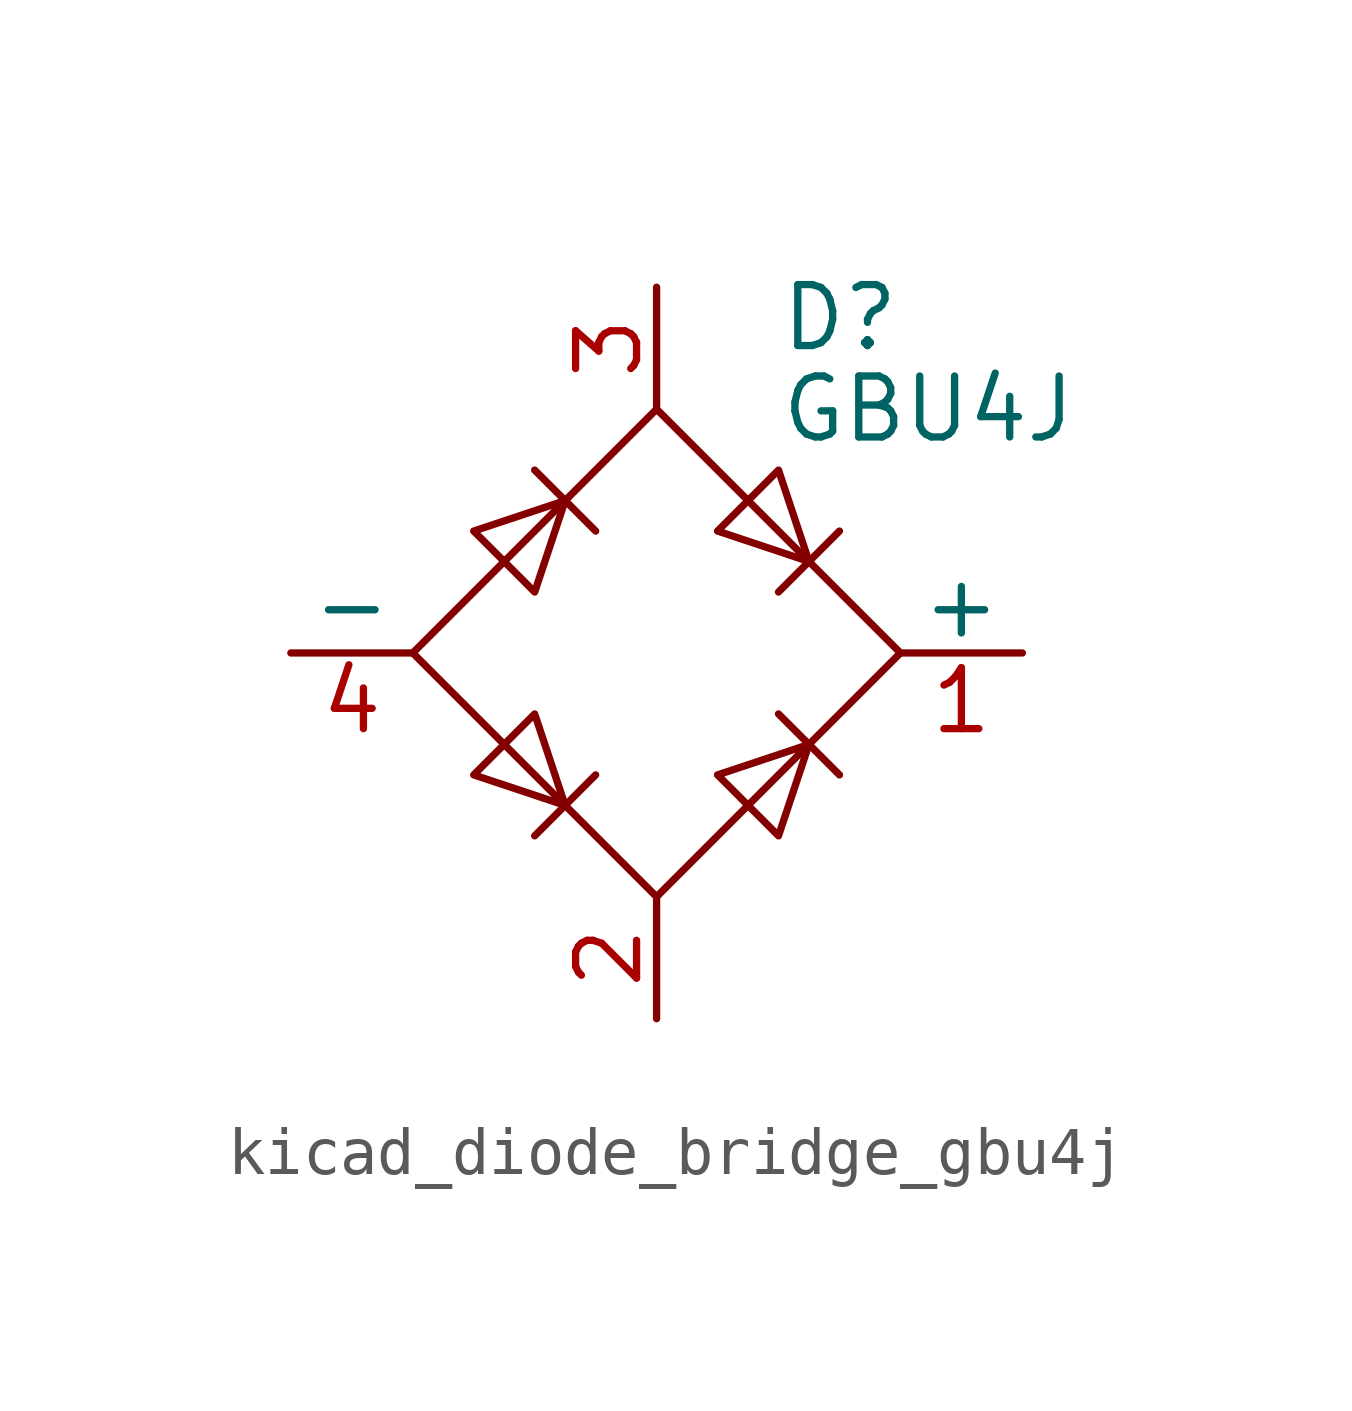
<source format=kicad_sym>
(kicad_symbol_lib
  (version 20220914)
  (generator kicad_symbol_editor)
  (symbol "kicad_diode_bridge_gbu4j"
    (pin_names
      (offset 0))
    (property "Reference" "D"
      (at 2.54 6.985 0)
      (effects (font (size 1.27 1.27)) (justify left)))
    (property "Value" "GBU4J"
      (at 2.54 5.08 0)
      (effects (font (size 1.27 1.27)) (justify left)))
    (symbol "kicad_diode_bridge_gbu4j_0_1"
      (polyline (pts (xy -2.54 3.81) (xy -1.27 2.54)) (stroke (width 0) (type default)) (fill (type none)))
      (polyline (pts (xy -1.27 -2.54) (xy -2.54 -3.81)) (stroke (width 0) (type default)) (fill (type none)))
      (polyline (pts (xy 2.54 -1.27) (xy 3.81 -2.54)) (stroke (width 0) (type default)) (fill (type none)))
      (polyline (pts (xy 2.54 1.27) (xy 3.81 2.54)) (stroke (width 0) (type default)) (fill (type none)))
      (polyline (pts (xy -3.81 2.54) (xy -2.54 1.27) (xy -1.905 3.175) (xy -3.81 2.54)) (stroke (width 0) (type default)) (fill (type none)))
      (polyline (pts (xy -2.54 -1.27) (xy -3.81 -2.54) (xy -1.905 -3.175) (xy -2.54 -1.27)) (stroke (width 0) (type default)) (fill (type none)))
      (polyline (pts (xy 1.27 2.54) (xy 2.54 3.81) (xy 3.175 1.905) (xy 1.27 2.54)) (stroke (width 0) (type default)) (fill (type none)))
      (polyline (pts (xy 3.175 -1.905) (xy 1.27 -2.54) (xy 2.54 -3.81) (xy 3.175 -1.905)) (stroke (width 0) (type default)) (fill (type none)))
      (polyline (pts (xy -5.08 0) (xy 0 -5.08) (xy 5.08 0) (xy 0 5.08) (xy -5.08 0)) (stroke (width 0) (type default)) (fill (type none))))
    (symbol "kicad_diode_bridge_gbu4j_1_1"
      (pin passive line (at 7.62 0 180) (length 2.54) (name "+" (effects (font (size 1.27 1.27)))) (number "1" (effects (font (size 1.27 1.27)))))
      (pin passive line (at 0 -7.62 90) (length 2.54) (name "~" (effects (font (size 1.27 1.27)))) (number "2" (effects (font (size 1.27 1.27)))))
      (pin passive line (at 0 7.62 270) (length 2.54) (name "~" (effects (font (size 1.27 1.27)))) (number "3" (effects (font (size 1.27 1.27)))))
      (pin passive line (at -7.62 0 0) (length 2.54) (name "-" (effects (font (size 1.27 1.27)))) (number "4" (effects (font (size 1.27 1.27))))))))
</source>
